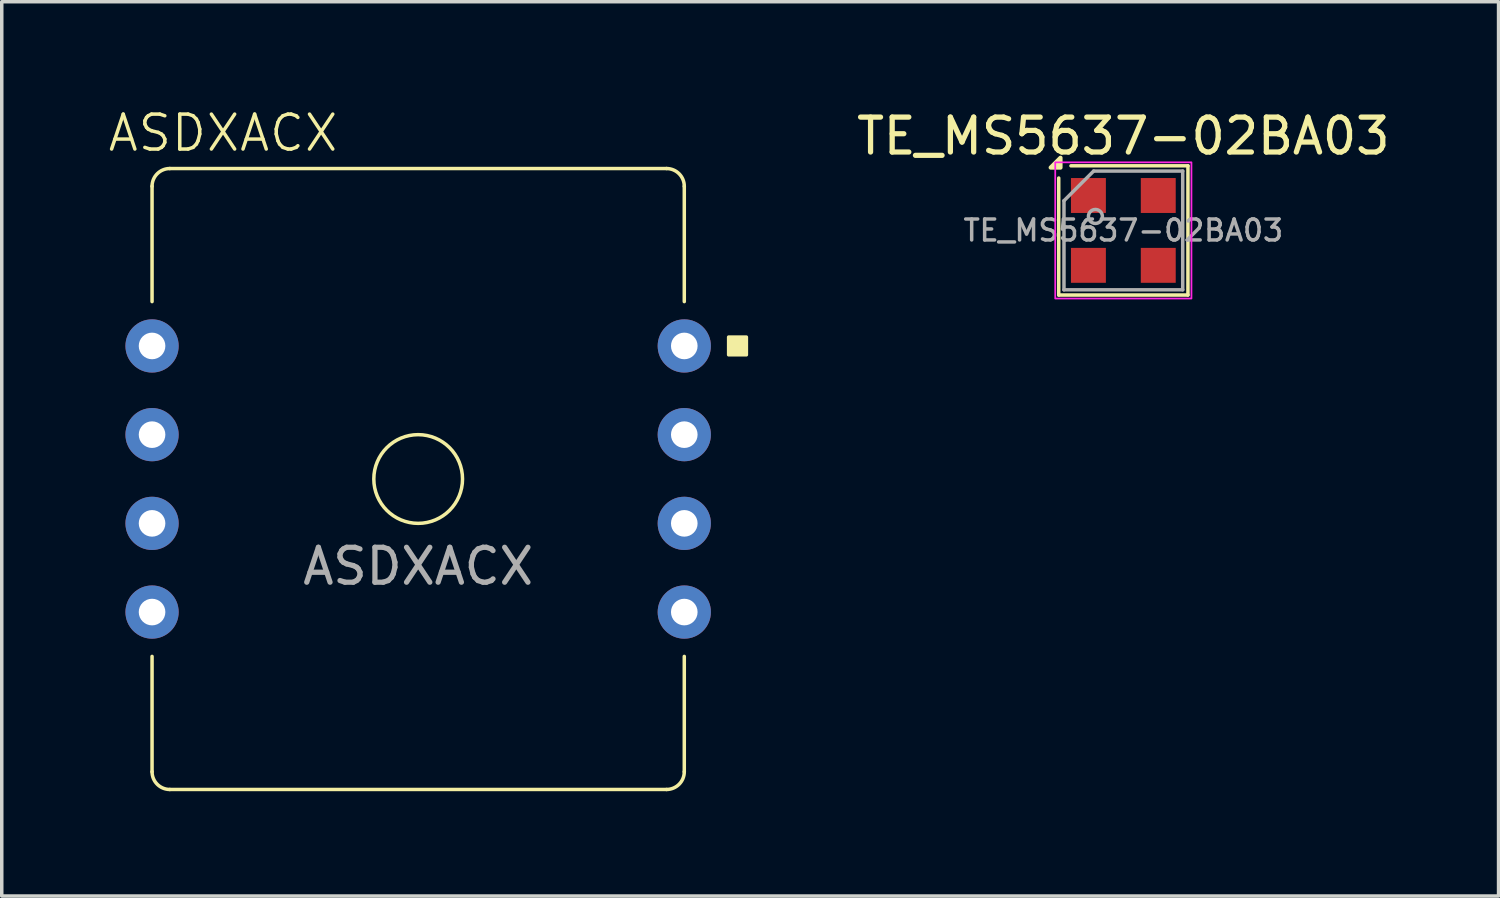
<source format=kicad_pcb>
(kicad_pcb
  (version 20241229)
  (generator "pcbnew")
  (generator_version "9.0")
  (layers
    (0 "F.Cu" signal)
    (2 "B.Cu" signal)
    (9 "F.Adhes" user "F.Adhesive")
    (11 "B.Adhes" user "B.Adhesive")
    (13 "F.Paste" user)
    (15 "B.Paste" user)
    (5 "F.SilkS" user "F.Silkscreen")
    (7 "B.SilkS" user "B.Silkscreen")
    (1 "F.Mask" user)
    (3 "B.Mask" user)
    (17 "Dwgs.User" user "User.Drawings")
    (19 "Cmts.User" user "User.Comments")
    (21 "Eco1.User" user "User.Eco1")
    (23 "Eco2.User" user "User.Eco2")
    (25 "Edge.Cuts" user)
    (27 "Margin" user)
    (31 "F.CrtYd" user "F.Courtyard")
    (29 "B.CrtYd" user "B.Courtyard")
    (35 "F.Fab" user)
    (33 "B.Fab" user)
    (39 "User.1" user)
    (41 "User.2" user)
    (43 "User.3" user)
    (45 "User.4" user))
  (footprint "TE_MS5637-02BA03"
    (layer "F.Cu")
    (at 29.116 3.548)
    (property "Reference" "TE_MS5637-02BA03" (at 0 -2.7 0) (unlocked yes) (layer "F.SilkS") (effects (font (size 1 1) (thickness 0.15))))
    (attr smd)
    (fp_line (start -1.85 1.85) (end -1.85 -1.5) (stroke (width 0.1) (type default)) (layer "F.SilkS"))
    (fp_line (start -1.5 -1.85) (end 1.85 -1.85) (stroke (width 0.1) (type default)) (layer "F.SilkS"))
    (fp_line (start 1.85 -1.85) (end 1.85 1.85) (stroke (width 0.1) (type default)) (layer "F.SilkS"))
    (fp_line (start 1.85 1.85) (end -1.85 1.85) (stroke (width 0.1) (type default)) (layer "F.SilkS"))
    (fp_poly (pts (xy -1.8 -1.8) (xy -2.08 -1.8) (xy -1.8 -2.08) (xy -1.8 -1.8)) (stroke (width 0.12) (type solid)) (fill yes) (layer "F.SilkS"))
    (fp_rect (start 1.95 1.95) (end -1.95 -1.95) (stroke (width 0.05) (type solid)) (fill no) (layer "F.CrtYd"))
    (fp_line (start -1.7 -0.85) (end -1.7 1.7) (stroke (width 0.1) (type solid)) (layer "F.Fab"))
    (fp_line (start -1.7 1.7) (end 1.7 1.7) (stroke (width 0.1) (type solid)) (layer "F.Fab"))
    (fp_line (start -0.85 -1.7) (end -1.7 -0.85) (stroke (width 0.1) (type solid)) (layer "F.Fab"))
    (fp_line (start 1.7 -1.7) (end -0.85 -1.7) (stroke (width 0.1) (type solid)) (layer "F.Fab"))
    (fp_line (start 1.7 1.7) (end 1.7 -1.7) (stroke (width 0.1) (type solid)) (layer "F.Fab"))
    (fp_circle (center -0.8 -0.4) (end -0.6 -0.4) (stroke (width 0.1) (type solid)) (fill no) (layer "F.Fab"))
    (fp_text user "${REFERENCE}" (at 0 0 180) (layer "F.Fab") (effects (font (size 0.6 0.6) (thickness 0.1))))
    (pad "1" smd rect (at -1 -1 180) (size 1 1) (layers "F.Cu" "F.Mask" "F.Paste"))
    (pad "2" smd rect (at -1 1 180) (size 1 1) (layers "F.Cu" "F.Mask" "F.Paste"))
    (pad "3" smd rect (at 1 1 180) (size 1 1) (layers "F.Cu" "F.Mask" "F.Paste"))
    (pad "4" smd rect (at 1 -1 180) (size 1 1) (layers "F.Cu" "F.Mask" "F.Paste")))
  (footprint "ASDXACX"
    (layer "F.Cu")
    (at 8.924 10.666)
    (property "Reference" "ASDXACX" (at -5.588 -9.906 0) (unlocked yes) (layer "F.SilkS") (effects (font (size 1 1) (thickness 0.1))))
    (attr through_hole)
    (fp_line (start -7.62 -5.08) (end -7.62 -8.382) (stroke (width 0.1) (type default)) (layer "F.SilkS"))
    (fp_line (start -7.62 5.08) (end -7.62 8.382) (stroke (width 0.1) (type default)) (layer "F.SilkS"))
    (fp_line (start -7.112 -8.89) (end 7.112 -8.89) (stroke (width 0.1) (type default)) (layer "F.SilkS"))
    (fp_line (start -7.112 8.89) (end 7.112 8.89) (stroke (width 0.1) (type default)) (layer "F.SilkS"))
    (fp_line (start 7.62 -8.382) (end 7.62 -5.08) (stroke (width 0.1) (type default)) (layer "F.SilkS"))
    (fp_line (start 7.62 8.382) (end 7.62 5.08) (stroke (width 0.1) (type default)) (layer "F.SilkS"))
    (fp_rect (start 8.89 -4.064) (end 9.398 -3.556) (stroke (width 0.1) (type solid)) (fill yes) (layer "F.SilkS"))
    (fp_arc (start -7.62 -8.382) (mid -7.47121 -8.74121) (end -7.112 -8.89) (stroke (width 0.1) (type default)) (layer "F.SilkS"))
    (fp_arc (start -7.112 8.89) (mid -7.47121 8.74121) (end -7.62 8.382) (stroke (width 0.1) (type default)) (layer "F.SilkS"))
    (fp_arc (start 7.112 -8.89) (mid 7.47121 -8.74121) (end 7.62 -8.382) (stroke (width 0.1) (type default)) (layer "F.SilkS"))
    (fp_arc (start 7.62 8.382) (mid 7.47121 8.74121) (end 7.112 8.89) (stroke (width 0.1) (type default)) (layer "F.SilkS"))
    (fp_circle (center 0 0) (end 1.27 0) (stroke (width 0.1) (type default)) (fill no) (layer "F.SilkS"))
    (fp_text user "${REFERENCE}" (at 0 2.5 0) (unlocked yes) (layer "F.Fab") (effects (font (size 1 1) (thickness 0.15))))
    (pad "1" thru_hole circle (at 7.62 -3.81) (size 1.524 1.524) (drill 0.762) (layers "*.Cu" "*.Mask"))
    (pad "2" thru_hole circle (at 7.62 -1.27) (size 1.524 1.524) (drill 0.762) (layers "*.Cu" "*.Mask"))
    (pad "3" thru_hole circle (at 7.62 1.27) (size 1.524 1.524) (drill 0.762) (layers "*.Cu" "*.Mask"))
    (pad "4" thru_hole circle (at 7.62 3.81) (size 1.524 1.524) (drill 0.762) (layers "*.Cu" "*.Mask"))
    (pad "5" thru_hole circle (at -7.62 3.81) (size 1.524 1.524) (drill 0.762) (layers "*.Cu" "*.Mask"))
    (pad "6" thru_hole circle (at -7.62 1.27) (size 1.524 1.524) (drill 0.762) (layers "*.Cu" "*.Mask"))
    (pad "7" thru_hole circle (at -7.62 -1.27) (size 1.524 1.524) (drill 0.762) (layers "*.Cu" "*.Mask"))
    (pad "8" thru_hole circle (at -7.62 -3.81) (size 1.524 1.524) (drill 0.762) (layers "*.Cu" "*.Mask")))
  (gr_rect
    (start -3 -3)
    (end 39.86 22.607)
    (stroke (width 0.1) (type default))
    (fill no)
    (layer "Edge.Cuts")))
</source>
